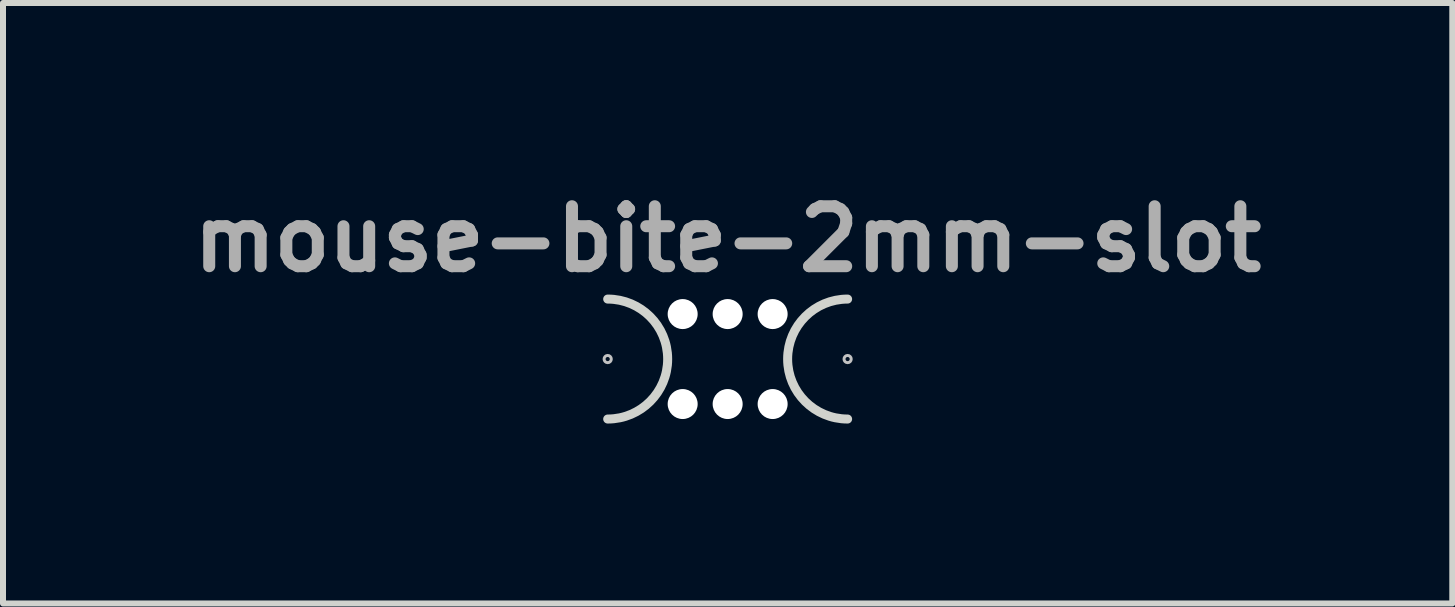
<source format=kicad_pcb>
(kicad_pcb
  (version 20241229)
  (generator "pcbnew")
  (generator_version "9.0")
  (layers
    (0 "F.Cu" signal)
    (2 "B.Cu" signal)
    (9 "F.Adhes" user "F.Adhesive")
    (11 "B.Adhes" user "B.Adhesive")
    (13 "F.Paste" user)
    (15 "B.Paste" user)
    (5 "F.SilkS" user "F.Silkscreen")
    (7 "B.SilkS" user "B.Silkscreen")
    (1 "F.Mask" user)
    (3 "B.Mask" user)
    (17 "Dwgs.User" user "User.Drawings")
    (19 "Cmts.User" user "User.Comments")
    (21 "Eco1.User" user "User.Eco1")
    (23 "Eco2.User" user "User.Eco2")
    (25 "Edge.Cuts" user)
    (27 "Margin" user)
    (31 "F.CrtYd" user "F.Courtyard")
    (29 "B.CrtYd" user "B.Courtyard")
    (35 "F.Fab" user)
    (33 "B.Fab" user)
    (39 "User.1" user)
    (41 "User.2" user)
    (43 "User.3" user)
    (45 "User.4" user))
  (footprint "mouse-bite-2mm-slot"
    (layer "F.Cu")
    (at 9.081 2.936)
    (property "Reference" "mouse-bite-2mm-slot" (at 0 -2 0) (layer "F.Fab") (effects (font (size 1 1) (thickness 0.2))))
    (attr through_hole)
    (fp_circle (center -2 0) (end -2 -0.06) (stroke (width 0.05) (type solid)) (fill no) (layer "Dwgs.User"))
    (fp_circle (center 2 0) (end 2.06 0) (stroke (width 0.05) (type solid)) (fill no) (layer "Dwgs.User"))
    (fp_line (start -2 0) (end -2 0) (stroke (width 2) (type solid)) (layer "Eco1.User"))
    (fp_line (start 2 0) (end 2 0) (stroke (width 2) (type solid)) (layer "Eco1.User"))
    (fp_arc (start -2 -1) (mid -1 0) (end -2 1) (stroke (width 0.15) (type solid)) (layer "Edge.Cuts"))
    (fp_arc (start 2 1) (mid 1 0) (end 2 -1) (stroke (width 0.15) (type solid)) (layer "Edge.Cuts"))
    (pad "" np_thru_hole circle (at -0.75 -0.75) (size 0.5 0.5) (drill 0.5) (layers "*.Cu" "*.Mask"))
    (pad "" np_thru_hole circle (at -0.75 0.75) (size 0.5 0.5) (drill 0.5) (layers "*.Cu" "*.Mask"))
    (pad "" np_thru_hole circle (at 0 -0.75) (size 0.5 0.5) (drill 0.5) (layers "*.Cu" "*.Mask"))
    (pad "" np_thru_hole circle (at 0 0.75) (size 0.5 0.5) (drill 0.5) (layers "*.Cu" "*.Mask"))
    (pad "" np_thru_hole circle (at 0.75 -0.75) (size 0.5 0.5) (drill 0.5) (layers "*.Cu" "*.Mask"))
    (pad "" np_thru_hole circle (at 0.75 0.75) (size 0.5 0.5) (drill 0.5) (layers "*.Cu" "*.Mask")))
  (gr_rect
    (start -3 -3)
    (end 21.162 7.011)
    (stroke (width 0.1) (type default))
    (fill no)
    (layer "Edge.Cuts")))
</source>
